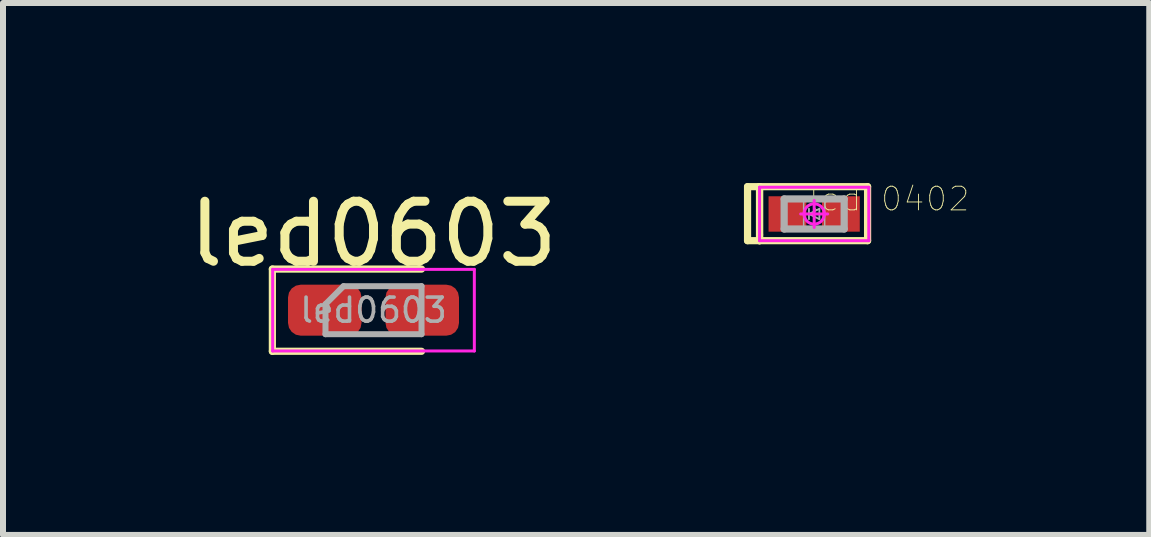
<source format=kicad_pcb>
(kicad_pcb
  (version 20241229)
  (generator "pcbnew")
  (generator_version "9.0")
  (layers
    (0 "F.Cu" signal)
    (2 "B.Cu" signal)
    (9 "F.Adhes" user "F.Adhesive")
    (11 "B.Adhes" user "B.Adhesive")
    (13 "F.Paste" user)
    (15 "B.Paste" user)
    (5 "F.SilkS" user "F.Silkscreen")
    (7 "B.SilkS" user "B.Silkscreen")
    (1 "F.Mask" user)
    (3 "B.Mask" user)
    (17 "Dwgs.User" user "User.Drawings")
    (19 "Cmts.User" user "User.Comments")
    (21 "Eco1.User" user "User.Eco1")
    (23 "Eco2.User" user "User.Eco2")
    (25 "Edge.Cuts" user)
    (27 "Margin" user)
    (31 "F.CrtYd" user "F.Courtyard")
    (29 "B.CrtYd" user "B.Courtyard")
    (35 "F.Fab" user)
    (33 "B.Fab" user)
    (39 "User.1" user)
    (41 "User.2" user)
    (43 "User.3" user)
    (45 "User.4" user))
  (footprint "led 0402"
    (layer "F.Cu")
    (at 10.515 0.515)
    (property "Reference" "led 0402" (at 1.25 -0.25 0) (layer "F.SilkS") (effects (font (size 0.394 0.394) (thickness 0.015))))
    (fp_line (start -1.11 -0.455) (end -1.11 0.445) (stroke (width 0.12) (type solid)) (layer "F.SilkS"))
    (fp_line (start -1.11 -0.455) (end -0.91 -0.455) (stroke (width 0.12) (type solid)) (layer "F.SilkS"))
    (fp_line (start -0.91 -0.455) (end -0.91 0.445) (stroke (width 0.12) (type solid)) (layer "F.SilkS"))
    (fp_line (start -0.91 -0.455) (end 0.89 -0.455) (stroke (width 0.12) (type solid)) (layer "F.SilkS"))
    (fp_line (start -0.91 0.345) (end -0.91 -0.455) (stroke (width 0.12) (type solid)) (layer "F.SilkS"))
    (fp_line (start -0.91 0.445) (end -1.11 0.445) (stroke (width 0.12) (type solid)) (layer "F.SilkS"))
    (fp_line (start -0.91 0.445) (end -0.91 0.345) (stroke (width 0.12) (type solid)) (layer "F.SilkS"))
    (fp_line (start 0.89 -0.455) (end 0.89 0.445) (stroke (width 0.12) (type solid)) (layer "F.SilkS"))
    (fp_line (start 0.89 0.445) (end -0.91 0.445) (stroke (width 0.12) (type solid)) (layer "F.SilkS"))
    (fp_line (start -0.91 -0.445) (end -0.91 0.445) (stroke (width 0.05) (type solid)) (layer "F.CrtYd"))
    (fp_line (start -0.91 0.445) (end 0.91 0.445) (stroke (width 0.05) (type solid)) (layer "F.CrtYd"))
    (fp_line (start 0 -0.225) (end 0 0.225) (stroke (width 0.05) (type solid)) (layer "F.CrtYd"))
    (fp_line (start 0.225 0) (end -0.225 0) (stroke (width 0.05) (type solid)) (layer "F.CrtYd"))
    (fp_line (start 0.91 -0.445) (end -0.91 -0.445) (stroke (width 0.05) (type solid)) (layer "F.CrtYd"))
    (fp_line (start 0.91 0.445) (end 0.91 -0.445) (stroke (width 0.05) (type solid)) (layer "F.CrtYd"))
    (fp_circle (center 0 0) (end 0.169 0) (stroke (width 0.05) (type solid)) (fill no) (layer "F.CrtYd"))
    (fp_line (start -0.5 -0.25) (end -0.175 -0.25) (stroke (width 0.025) (type solid)) (layer "F.Fab"))
    (fp_line (start -0.5 -0.25) (end 0.5 -0.25) (stroke (width 0.12) (type solid)) (layer "F.Fab"))
    (fp_line (start -0.5 0.25) (end -0.5 -0.25) (stroke (width 0.12) (type solid)) (layer "F.Fab"))
    (fp_line (start -0.175 -0.25) (end -0.175 0) (stroke (width 0.025) (type solid)) (layer "F.Fab"))
    (fp_line (start -0.175 -0.25) (end 0.175 -0.25) (stroke (width 0.025) (type solid)) (layer "F.Fab"))
    (fp_line (start -0.175 0) (end -0.175 0.25) (stroke (width 0.025) (type solid)) (layer "F.Fab"))
    (fp_line (start -0.175 0) (end -0.087 0) (stroke (width 0.03) (type solid)) (layer "F.Fab"))
    (fp_line (start -0.175 0.25) (end -0.5 0.25) (stroke (width 0.025) (type solid)) (layer "F.Fab"))
    (fp_line (start -0.087 0) (end -0.087 -0.087) (stroke (width 0.03) (type solid)) (layer "F.Fab"))
    (fp_line (start -0.087 0) (end 0.087 0.087) (stroke (width 0.03) (type solid)) (layer "F.Fab"))
    (fp_line (start -0.087 0.087) (end -0.087 0) (stroke (width 0.03) (type solid)) (layer "F.Fab"))
    (fp_line (start 0.087 -0.087) (end -0.087 0) (stroke (width 0.03) (type solid)) (layer "F.Fab"))
    (fp_line (start 0.087 0.087) (end 0.087 -0.087) (stroke (width 0.03) (type solid)) (layer "F.Fab"))
    (fp_line (start 0.175 -0.25) (end 0.5 -0.25) (stroke (width 0.025) (type solid)) (layer "F.Fab"))
    (fp_line (start 0.175 0) (end 0.087 0) (stroke (width 0.03) (type solid)) (layer "F.Fab"))
    (fp_line (start 0.175 0) (end 0.175 -0.25) (stroke (width 0.025) (type solid)) (layer "F.Fab"))
    (fp_line (start 0.175 0.25) (end -0.175 0.25) (stroke (width 0.025) (type solid)) (layer "F.Fab"))
    (fp_line (start 0.175 0.25) (end 0.175 0) (stroke (width 0.025) (type solid)) (layer "F.Fab"))
    (fp_line (start 0.5 -0.25) (end 0.5 0.25) (stroke (width 0.12) (type solid)) (layer "F.Fab"))
    (fp_line (start 0.5 0.25) (end -0.5 0.25) (stroke (width 0.12) (type solid)) (layer "F.Fab"))
    (fp_line (start 0.5 0.25) (end 0.175 0.25) (stroke (width 0.025) (type solid)) (layer "F.Fab"))
    (pad "A" smd rect (at 0.445 0) (size 0.63 0.59) (layers "F.Cu" "F.Mask" "F.Paste"))
    (pad "C" smd rect (at -0.445 0) (size 0.63 0.59) (layers "F.Cu" "F.Mask" "F.Paste")))
  (footprint "led0603"
    (layer "F.Cu")
    (at 3.173 2.118)
    (property "Reference" "led0603" (at 0 -1.27 0) (layer "F.SilkS") (effects (font (size 1 1) (thickness 0.15))))
    (fp_line (start -1.685 -0.685) (end -1.685 0.685) (stroke (width 0.12) (type solid)) (layer "F.SilkS"))
    (fp_line (start -1.685 0.685) (end 0.8 0.685) (stroke (width 0.12) (type solid)) (layer "F.SilkS"))
    (fp_line (start 0.8 -0.685) (end -1.685 -0.685) (stroke (width 0.12) (type solid)) (layer "F.SilkS"))
    (fp_line (start -1.68 -0.68) (end 1.68 -0.68) (stroke (width 0.05) (type solid)) (layer "F.CrtYd"))
    (fp_line (start -1.68 0.68) (end -1.68 -0.68) (stroke (width 0.05) (type solid)) (layer "F.CrtYd"))
    (fp_line (start 1.68 -0.68) (end 1.68 0.68) (stroke (width 0.05) (type solid)) (layer "F.CrtYd"))
    (fp_line (start 1.68 0.68) (end -1.68 0.68) (stroke (width 0.05) (type solid)) (layer "F.CrtYd"))
    (fp_line (start -0.8 -0.1) (end -0.8 0.4) (stroke (width 0.1) (type solid)) (layer "F.Fab"))
    (fp_line (start -0.8 0.4) (end 0.8 0.4) (stroke (width 0.1) (type solid)) (layer "F.Fab"))
    (fp_line (start -0.5 -0.4) (end -0.8 -0.1) (stroke (width 0.1) (type solid)) (layer "F.Fab"))
    (fp_line (start 0.8 -0.4) (end -0.5 -0.4) (stroke (width 0.1) (type solid)) (layer "F.Fab"))
    (fp_line (start 0.8 0.4) (end 0.8 -0.4) (stroke (width 0.1) (type solid)) (layer "F.Fab"))
    (fp_text user "${REFERENCE}" (at 0 0 0) (layer "F.Fab") (effects (font (size 0.4 0.4) (thickness 0.06))))
    (pad "1" smd roundrect (at -0.812 0) (size 1.225 0.85) (layers "F.Cu" "F.Mask" "F.Paste") (roundrect_rratio 0.25))
    (pad "2" smd roundrect (at 0.812 0) (size 1.225 0.85) (layers "F.Cu" "F.Mask" "F.Paste") (roundrect_rratio 0.25)))
  (gr_rect
    (start -3 -3)
    (end 16.098 5.863)
    (stroke (width 0.1) (type default))
    (fill no)
    (layer "Edge.Cuts")))
</source>
